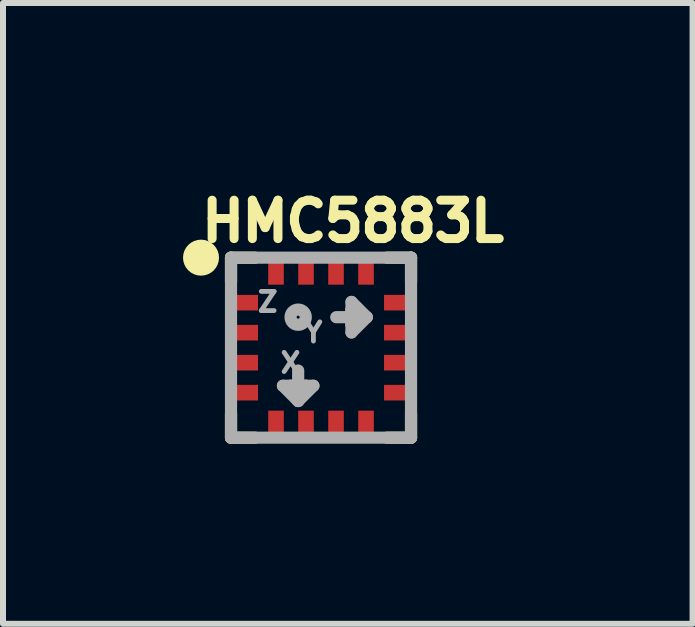
<source format=kicad_pcb>
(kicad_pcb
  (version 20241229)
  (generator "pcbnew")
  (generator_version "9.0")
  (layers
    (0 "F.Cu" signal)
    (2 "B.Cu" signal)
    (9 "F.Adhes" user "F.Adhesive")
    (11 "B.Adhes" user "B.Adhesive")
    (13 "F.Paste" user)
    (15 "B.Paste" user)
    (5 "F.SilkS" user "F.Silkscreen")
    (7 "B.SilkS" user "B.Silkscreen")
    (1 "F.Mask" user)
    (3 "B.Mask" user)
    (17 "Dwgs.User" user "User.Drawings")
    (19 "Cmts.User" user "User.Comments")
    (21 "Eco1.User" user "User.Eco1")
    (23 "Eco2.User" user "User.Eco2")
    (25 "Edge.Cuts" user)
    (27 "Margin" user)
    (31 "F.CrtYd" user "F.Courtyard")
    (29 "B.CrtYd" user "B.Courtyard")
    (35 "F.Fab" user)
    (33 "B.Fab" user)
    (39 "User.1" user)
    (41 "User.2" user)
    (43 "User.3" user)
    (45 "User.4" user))
  (footprint "HMC5883L"
    (layer "F.Cu")
    (at 2.3 2.744)
    (property "Reference" "HMC5883L" (at 0.532 -2.106 0) (layer "F.SilkS") (effects (font (size 0.64 0.64) (thickness 0.15))))
    (attr through_hole)
    (fp_line (start -1.5 -1.5) (end -1.1 -1.5) (stroke (width 0.203) (type solid)) (layer "F.SilkS"))
    (fp_line (start -1.5 -1.1) (end -1.5 -1.5) (stroke (width 0.203) (type solid)) (layer "F.SilkS"))
    (fp_line (start -1.5 1.5) (end -1.5 1.1) (stroke (width 0.203) (type solid)) (layer "F.SilkS"))
    (fp_line (start -1.1 1.5) (end -1.5 1.5) (stroke (width 0.203) (type solid)) (layer "F.SilkS"))
    (fp_line (start 1.1 -1.5) (end 1.5 -1.5) (stroke (width 0.203) (type solid)) (layer "F.SilkS"))
    (fp_line (start 1.5 -1.5) (end 1.5 -1.1) (stroke (width 0.203) (type solid)) (layer "F.SilkS"))
    (fp_line (start 1.5 1.1) (end 1.5 1.5) (stroke (width 0.203) (type solid)) (layer "F.SilkS"))
    (fp_line (start 1.5 1.5) (end 1.1 1.5) (stroke (width 0.203) (type solid)) (layer "F.SilkS"))
    (fp_circle (center -2 -1.5) (end -1.85 -1.5) (stroke (width 0.3) (type solid)) (fill no) (layer "F.SilkS"))
    (fp_line (start -1.5 -1.5) (end 1.5 -1.5) (stroke (width 0.203) (type solid)) (layer "F.Fab"))
    (fp_line (start -1.5 1.5) (end -1.5 -1.5) (stroke (width 0.203) (type solid)) (layer "F.Fab"))
    (fp_line (start -0.635 0.635) (end -0.508 0.635) (stroke (width 0.203) (type solid)) (layer "F.Fab"))
    (fp_line (start -0.508 0.635) (end -0.254 0.635) (stroke (width 0.203) (type solid)) (layer "F.Fab"))
    (fp_line (start -0.381 0.381) (end -0.381 0.762) (stroke (width 0.203) (type solid)) (layer "F.Fab"))
    (fp_line (start -0.381 0.762) (end -0.508 0.635) (stroke (width 0.203) (type solid)) (layer "F.Fab"))
    (fp_line (start -0.381 0.889) (end -0.635 0.635) (stroke (width 0.203) (type solid)) (layer "F.Fab"))
    (fp_line (start -0.381 0.889) (end -0.381 0.762) (stroke (width 0.203) (type solid)) (layer "F.Fab"))
    (fp_line (start -0.254 0.635) (end -0.381 0.762) (stroke (width 0.203) (type solid)) (layer "F.Fab"))
    (fp_line (start -0.254 0.635) (end -0.127 0.635) (stroke (width 0.203) (type solid)) (layer "F.Fab"))
    (fp_line (start -0.127 0.635) (end -0.381 0.889) (stroke (width 0.203) (type solid)) (layer "F.Fab"))
    (fp_line (start 0.254 -0.508) (end 0.635 -0.508) (stroke (width 0.203) (type solid)) (layer "F.Fab"))
    (fp_line (start 0.508 -0.762) (end 0.508 -0.635) (stroke (width 0.203) (type solid)) (layer "F.Fab"))
    (fp_line (start 0.508 -0.635) (end 0.635 -0.508) (stroke (width 0.203) (type solid)) (layer "F.Fab"))
    (fp_line (start 0.508 -0.381) (end 0.508 -0.635) (stroke (width 0.203) (type solid)) (layer "F.Fab"))
    (fp_line (start 0.508 -0.381) (end 0.508 -0.254) (stroke (width 0.203) (type solid)) (layer "F.Fab"))
    (fp_line (start 0.508 -0.254) (end 0.762 -0.508) (stroke (width 0.203) (type solid)) (layer "F.Fab"))
    (fp_line (start 0.635 -0.508) (end 0.508 -0.381) (stroke (width 0.203) (type solid)) (layer "F.Fab"))
    (fp_line (start 0.762 -0.508) (end 0.508 -0.762) (stroke (width 0.203) (type solid)) (layer "F.Fab"))
    (fp_line (start 0.762 -0.508) (end 0.635 -0.508) (stroke (width 0.203) (type solid)) (layer "F.Fab"))
    (fp_line (start 1.5 -1.5) (end 1.5 1.5) (stroke (width 0.203) (type solid)) (layer "F.Fab"))
    (fp_line (start 1.5 1.5) (end -1.5 1.5) (stroke (width 0.203) (type solid)) (layer "F.Fab"))
    (fp_circle (center -0.381 -0.508) (end -0.254 -0.508) (stroke (width 0.203) (type solid)) (fill no) (layer "F.Fab"))
    (fp_text user "Y" (at -0.127 -0.254 0) (layer "F.Fab") (effects (font (size 0.32 0.32) (thickness 0.15))))
    (fp_text user "X" (at -0.508 0.254 0) (layer "F.Fab") (effects (font (size 0.32 0.32) (thickness 0.15))))
    (fp_text user "Z" (at -0.889 -0.762 0) (layer "F.Fab") (effects (font (size 0.32 0.32) (thickness 0.15))))
    (pad "1" smd rect (at -1.275 -0.75) (size 0.45 0.26) (layers "F.Cu" "F.Mask" "F.Paste"))
    (pad "2" smd rect (at -1.275 -0.25) (size 0.45 0.26) (layers "F.Cu" "F.Mask" "F.Paste"))
    (pad "3" smd rect (at -1.275 0.25) (size 0.45 0.26) (layers "F.Cu" "F.Mask" "F.Paste"))
    (pad "4" smd rect (at -1.275 0.75) (size 0.45 0.26) (layers "F.Cu" "F.Mask" "F.Paste"))
    (pad "5" smd rect (at -0.75 1.275 90) (size 0.45 0.26) (layers "F.Cu" "F.Mask" "F.Paste"))
    (pad "6" smd rect (at -0.25 1.275 90) (size 0.45 0.26) (layers "F.Cu" "F.Mask" "F.Paste"))
    (pad "7" smd rect (at 0.25 1.275 90) (size 0.45 0.26) (layers "F.Cu" "F.Mask" "F.Paste"))
    (pad "8" smd rect (at 0.75 1.275 90) (size 0.45 0.26) (layers "F.Cu" "F.Mask" "F.Paste"))
    (pad "9" smd rect (at 1.275 0.75 180) (size 0.45 0.26) (layers "F.Cu" "F.Mask" "F.Paste"))
    (pad "10" smd rect (at 1.275 0.25 180) (size 0.45 0.26) (layers "F.Cu" "F.Mask" "F.Paste"))
    (pad "11" smd rect (at 1.275 -0.25 180) (size 0.45 0.26) (layers "F.Cu" "F.Mask" "F.Paste"))
    (pad "12" smd rect (at 1.275 -0.75 180) (size 0.45 0.26) (layers "F.Cu" "F.Mask" "F.Paste"))
    (pad "13" smd rect (at 0.75 -1.275 270) (size 0.45 0.26) (layers "F.Cu" "F.Mask" "F.Paste"))
    (pad "14" smd rect (at 0.25 -1.275 270) (size 0.45 0.26) (layers "F.Cu" "F.Mask" "F.Paste"))
    (pad "15" smd rect (at -0.25 -1.275 270) (size 0.45 0.26) (layers "F.Cu" "F.Mask" "F.Paste"))
    (pad "16" smd rect (at -0.75 -1.275 270) (size 0.45 0.26) (layers "F.Cu" "F.Mask" "F.Paste")))
  (gr_rect
    (start -3 -3)
    (end 8.492 7.346)
    (stroke (width 0.1) (type default))
    (fill no)
    (layer "Edge.Cuts")))
</source>
